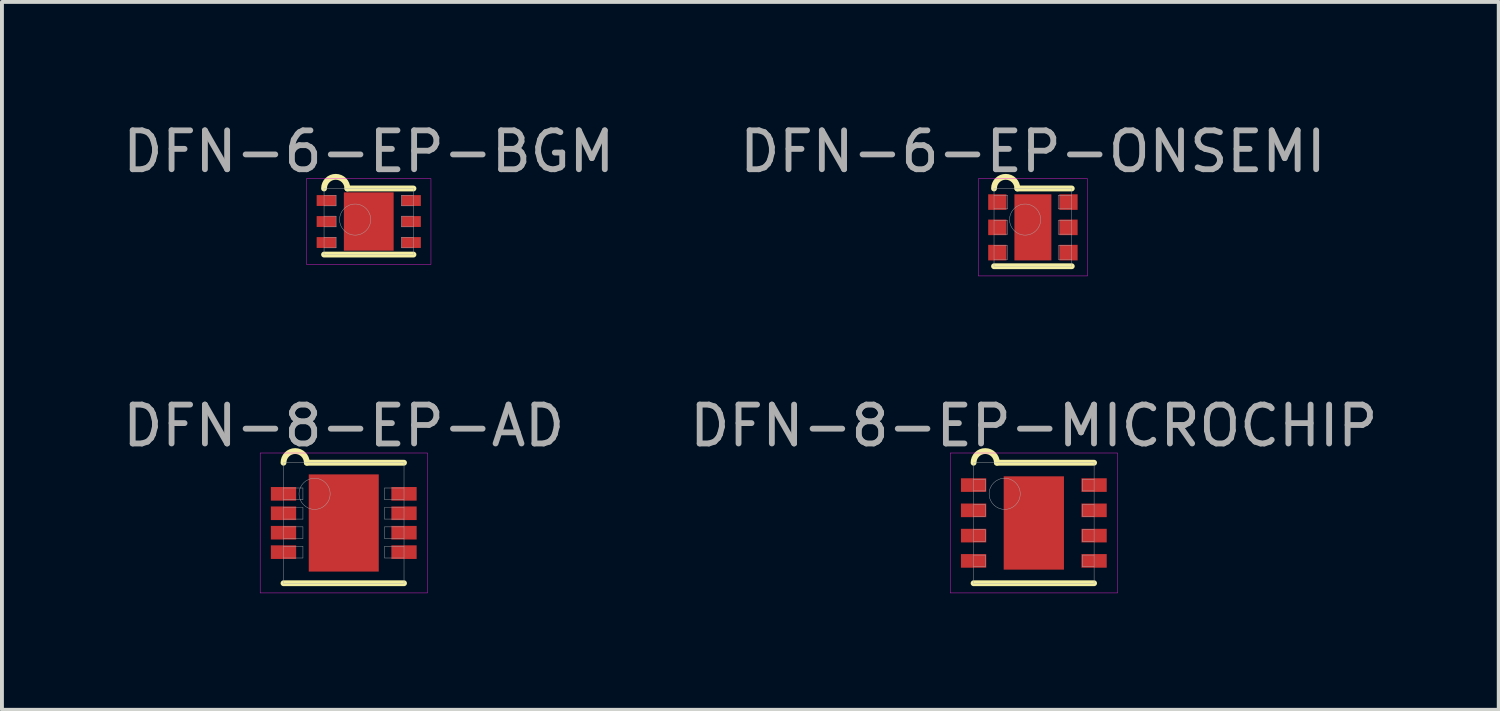
<source format=kicad_pcb>
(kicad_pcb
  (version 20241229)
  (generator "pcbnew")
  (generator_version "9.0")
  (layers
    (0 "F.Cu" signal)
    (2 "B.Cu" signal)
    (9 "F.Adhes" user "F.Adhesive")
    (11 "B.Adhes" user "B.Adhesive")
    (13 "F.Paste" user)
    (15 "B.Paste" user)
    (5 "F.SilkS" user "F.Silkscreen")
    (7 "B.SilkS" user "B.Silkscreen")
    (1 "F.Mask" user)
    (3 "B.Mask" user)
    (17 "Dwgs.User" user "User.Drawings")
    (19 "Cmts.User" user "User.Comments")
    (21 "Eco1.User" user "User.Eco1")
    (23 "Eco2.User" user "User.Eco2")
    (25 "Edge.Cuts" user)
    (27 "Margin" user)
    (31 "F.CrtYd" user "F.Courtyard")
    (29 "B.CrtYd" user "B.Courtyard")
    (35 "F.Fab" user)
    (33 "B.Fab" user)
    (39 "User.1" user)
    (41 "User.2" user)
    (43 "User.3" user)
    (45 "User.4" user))
  (footprint "DFN-8-EP-AD"
    (layer "F.Cu")
    (at 5.792 10.402)
    (property "Reference" "DFN-8-EP-AD" (at 0 -2.5 0) (layer "F.Fab") (effects (font (size 1 1) (thickness 0.15))))
    (attr through_hole)
    (fp_line (start -1.55 1.55) (end 1.55 1.55) (stroke (width 0.15) (type solid)) (layer "F.SilkS"))
    (fp_line (start -0.95 -1.55) (end 1.55 -1.55) (stroke (width 0.15) (type solid)) (layer "F.SilkS"))
    (fp_arc (start -1.55 -1.55) (mid -1.25 -1.85) (end -0.95 -1.55) (stroke (width 0.15) (type solid)) (layer "F.SilkS"))
    (fp_line (start -2.15 -1.8) (end 2.15 -1.8) (stroke (width 0.01) (type solid)) (layer "F.CrtYd"))
    (fp_line (start -2.15 1.8) (end -2.15 -1.8) (stroke (width 0.01) (type solid)) (layer "F.CrtYd"))
    (fp_line (start 2.15 -1.8) (end 2.15 1.8) (stroke (width 0.01) (type solid)) (layer "F.CrtYd"))
    (fp_line (start 2.15 1.8) (end -2.15 1.8) (stroke (width 0.01) (type solid)) (layer "F.CrtYd"))
    (fp_line (start -1.55 -1.55) (end 1.55 -1.55) (stroke (width 0.01) (type solid)) (layer "F.Fab"))
    (fp_line (start -1.55 -0.6) (end -1.05 -0.6) (stroke (width 0.01) (type solid)) (layer "F.Fab"))
    (fp_line (start -1.55 -0.1) (end -1.05 -0.1) (stroke (width 0.01) (type solid)) (layer "F.Fab"))
    (fp_line (start -1.55 0.4) (end -1.05 0.4) (stroke (width 0.01) (type solid)) (layer "F.Fab"))
    (fp_line (start -1.55 0.9) (end -1.05 0.9) (stroke (width 0.01) (type solid)) (layer "F.Fab"))
    (fp_line (start -1.55 1.55) (end -1.55 -1.55) (stroke (width 0.01) (type solid)) (layer "F.Fab"))
    (fp_line (start -1.05 -0.9) (end -1.55 -0.9) (stroke (width 0.01) (type solid)) (layer "F.Fab"))
    (fp_line (start -1.05 -0.6) (end -1.05 -0.9) (stroke (width 0.01) (type solid)) (layer "F.Fab"))
    (fp_line (start -1.05 -0.4) (end -1.55 -0.4) (stroke (width 0.01) (type solid)) (layer "F.Fab"))
    (fp_line (start -1.05 -0.1) (end -1.05 -0.4) (stroke (width 0.01) (type solid)) (layer "F.Fab"))
    (fp_line (start -1.05 0.1) (end -1.55 0.1) (stroke (width 0.01) (type solid)) (layer "F.Fab"))
    (fp_line (start -1.05 0.4) (end -1.05 0.1) (stroke (width 0.01) (type solid)) (layer "F.Fab"))
    (fp_line (start -1.05 0.6) (end -1.55 0.6) (stroke (width 0.01) (type solid)) (layer "F.Fab"))
    (fp_line (start -1.05 0.9) (end -1.05 0.6) (stroke (width 0.01) (type solid)) (layer "F.Fab"))
    (fp_line (start 1.05 -0.9) (end 1.05 -0.6) (stroke (width 0.01) (type solid)) (layer "F.Fab"))
    (fp_line (start 1.05 -0.6) (end 1.55 -0.6) (stroke (width 0.01) (type solid)) (layer "F.Fab"))
    (fp_line (start 1.05 -0.4) (end 1.05 -0.1) (stroke (width 0.01) (type solid)) (layer "F.Fab"))
    (fp_line (start 1.05 -0.1) (end 1.55 -0.1) (stroke (width 0.01) (type solid)) (layer "F.Fab"))
    (fp_line (start 1.05 0.1) (end 1.05 0.4) (stroke (width 0.01) (type solid)) (layer "F.Fab"))
    (fp_line (start 1.05 0.4) (end 1.55 0.4) (stroke (width 0.01) (type solid)) (layer "F.Fab"))
    (fp_line (start 1.05 0.6) (end 1.05 0.9) (stroke (width 0.01) (type solid)) (layer "F.Fab"))
    (fp_line (start 1.05 0.9) (end 1.55 0.9) (stroke (width 0.01) (type solid)) (layer "F.Fab"))
    (fp_line (start 1.55 -1.55) (end 1.55 1.55) (stroke (width 0.01) (type solid)) (layer "F.Fab"))
    (fp_line (start 1.55 -0.9) (end 1.05 -0.9) (stroke (width 0.01) (type solid)) (layer "F.Fab"))
    (fp_line (start 1.55 -0.4) (end 1.05 -0.4) (stroke (width 0.01) (type solid)) (layer "F.Fab"))
    (fp_line (start 1.55 0.1) (end 1.05 0.1) (stroke (width 0.01) (type solid)) (layer "F.Fab"))
    (fp_line (start 1.55 0.6) (end 1.05 0.6) (stroke (width 0.01) (type solid)) (layer "F.Fab"))
    (fp_line (start 1.55 1.55) (end -1.55 1.55) (stroke (width 0.01) (type solid)) (layer "F.Fab"))
    (fp_circle (center -0.75 -0.75) (end -0.75 -0.35) (stroke (width 0.01) (type solid)) (fill no) (layer "F.Fab"))
    (pad "" smd rect (at -0.4 -0.6) (size 0.8 0.8) (layers "F.Mask"))
    (pad "" smd rect (at -0.4 -0.6) (size 0.8 0.8) (layers "F.Paste"))
    (pad "" smd rect (at -0.4 0.6) (size 0.8 0.8) (layers "F.Mask"))
    (pad "" smd rect (at -0.4 0.6) (size 0.8 0.8) (layers "F.Paste"))
    (pad "" smd rect (at 0.4 -0.6) (size 0.8 0.8) (layers "F.Mask"))
    (pad "" smd rect (at 0.4 -0.6) (size 0.8 0.8) (layers "F.Paste"))
    (pad "" smd rect (at 0.4 0.6) (size 0.8 0.8) (layers "F.Mask"))
    (pad "" smd rect (at 0.4 0.6) (size 0.8 0.8) (layers "F.Paste"))
    (pad "1" smd rect (at -1.55 -0.75) (size 0.65 0.35) (layers "F.Cu" "F.Mask" "F.Paste"))
    (pad "2" smd rect (at -1.55 -0.25) (size 0.65 0.35) (layers "F.Cu" "F.Mask" "F.Paste"))
    (pad "3" smd rect (at -1.55 0.25) (size 0.65 0.35) (layers "F.Cu" "F.Mask" "F.Paste"))
    (pad "4" smd rect (at -1.55 0.75) (size 0.65 0.35) (layers "F.Cu" "F.Mask" "F.Paste"))
    (pad "5" smd rect (at 1.55 0.75) (size 0.65 0.35) (layers "F.Cu" "F.Mask" "F.Paste"))
    (pad "6" smd rect (at 1.55 0.25) (size 0.65 0.35) (layers "F.Cu" "F.Mask" "F.Paste"))
    (pad "7" smd rect (at 1.55 -0.25) (size 0.65 0.35) (layers "F.Cu" "F.Mask" "F.Paste"))
    (pad "8" smd rect (at 1.55 -0.75) (size 0.65 0.35) (layers "F.Cu" "F.Mask" "F.Paste"))
    (pad "EP" smd rect (at 0 0) (size 1.8 2.5) (layers "F.Cu")))
  (footprint "DFN-8-EP-MICROCHIP"
    (layer "F.Cu")
    (at 23.542 10.402)
    (property "Reference" "DFN-8-EP-MICROCHIP" (at 0 -2.5 0) (layer "F.Fab") (effects (font (size 1 1) (thickness 0.15))))
    (attr through_hole)
    (fp_line (start -1.55 1.55) (end 1.55 1.55) (stroke (width 0.15) (type solid)) (layer "F.SilkS"))
    (fp_line (start -0.95 -1.55) (end 1.55 -1.55) (stroke (width 0.15) (type solid)) (layer "F.SilkS"))
    (fp_arc (start -1.55 -1.55) (mid -1.25 -1.85) (end -0.95 -1.55) (stroke (width 0.15) (type solid)) (layer "F.SilkS"))
    (fp_line (start -2.15 -1.8) (end 2.15 -1.8) (stroke (width 0.01) (type solid)) (layer "F.CrtYd"))
    (fp_line (start -2.15 1.8) (end -2.15 -1.8) (stroke (width 0.01) (type solid)) (layer "F.CrtYd"))
    (fp_line (start 2.15 -1.8) (end 2.15 1.8) (stroke (width 0.01) (type solid)) (layer "F.CrtYd"))
    (fp_line (start 2.15 1.8) (end -2.15 1.8) (stroke (width 0.01) (type solid)) (layer "F.CrtYd"))
    (fp_line (start -1.55 -1.55) (end 1.55 -1.55) (stroke (width 0.01) (type solid)) (layer "F.Fab"))
    (fp_line (start -1.55 -0.825) (end -1.25 -0.825) (stroke (width 0.01) (type solid)) (layer "F.Fab"))
    (fp_line (start -1.55 -0.175) (end -1.25 -0.175) (stroke (width 0.01) (type solid)) (layer "F.Fab"))
    (fp_line (start -1.55 0.475) (end -1.25 0.475) (stroke (width 0.01) (type solid)) (layer "F.Fab"))
    (fp_line (start -1.55 1.125) (end -1.25 1.125) (stroke (width 0.01) (type solid)) (layer "F.Fab"))
    (fp_line (start -1.55 1.55) (end -1.55 -1.55) (stroke (width 0.01) (type solid)) (layer "F.Fab"))
    (fp_line (start -1.25 -1.125) (end -1.55 -1.125) (stroke (width 0.01) (type solid)) (layer "F.Fab"))
    (fp_line (start -1.25 -0.825) (end -1.25 -1.125) (stroke (width 0.01) (type solid)) (layer "F.Fab"))
    (fp_line (start -1.25 -0.475) (end -1.55 -0.475) (stroke (width 0.01) (type solid)) (layer "F.Fab"))
    (fp_line (start -1.25 -0.175) (end -1.25 -0.475) (stroke (width 0.01) (type solid)) (layer "F.Fab"))
    (fp_line (start -1.25 0.175) (end -1.55 0.175) (stroke (width 0.01) (type solid)) (layer "F.Fab"))
    (fp_line (start -1.25 0.475) (end -1.25 0.175) (stroke (width 0.01) (type solid)) (layer "F.Fab"))
    (fp_line (start -1.25 0.825) (end -1.55 0.825) (stroke (width 0.01) (type solid)) (layer "F.Fab"))
    (fp_line (start -1.25 1.125) (end -1.25 0.825) (stroke (width 0.01) (type solid)) (layer "F.Fab"))
    (fp_line (start 1.25 -1.125) (end 1.25 -0.825) (stroke (width 0.01) (type solid)) (layer "F.Fab"))
    (fp_line (start 1.25 -0.825) (end 1.55 -0.825) (stroke (width 0.01) (type solid)) (layer "F.Fab"))
    (fp_line (start 1.25 -0.475) (end 1.25 -0.175) (stroke (width 0.01) (type solid)) (layer "F.Fab"))
    (fp_line (start 1.25 -0.175) (end 1.55 -0.175) (stroke (width 0.01) (type solid)) (layer "F.Fab"))
    (fp_line (start 1.25 0.175) (end 1.25 0.475) (stroke (width 0.01) (type solid)) (layer "F.Fab"))
    (fp_line (start 1.25 0.475) (end 1.55 0.475) (stroke (width 0.01) (type solid)) (layer "F.Fab"))
    (fp_line (start 1.25 0.825) (end 1.25 1.125) (stroke (width 0.01) (type solid)) (layer "F.Fab"))
    (fp_line (start 1.25 1.125) (end 1.55 1.125) (stroke (width 0.01) (type solid)) (layer "F.Fab"))
    (fp_line (start 1.55 -1.55) (end 1.55 1.55) (stroke (width 0.01) (type solid)) (layer "F.Fab"))
    (fp_line (start 1.55 -1.125) (end 1.25 -1.125) (stroke (width 0.01) (type solid)) (layer "F.Fab"))
    (fp_line (start 1.55 -0.475) (end 1.25 -0.475) (stroke (width 0.01) (type solid)) (layer "F.Fab"))
    (fp_line (start 1.55 0.175) (end 1.25 0.175) (stroke (width 0.01) (type solid)) (layer "F.Fab"))
    (fp_line (start 1.55 0.825) (end 1.25 0.825) (stroke (width 0.01) (type solid)) (layer "F.Fab"))
    (fp_line (start 1.55 1.55) (end -1.55 1.55) (stroke (width 0.01) (type solid)) (layer "F.Fab"))
    (fp_circle (center -0.75 -0.75) (end -0.75 -0.35) (stroke (width 0.01) (type solid)) (fill no) (layer "F.Fab"))
    (pad "" smd rect (at 0 -0.6) (size 0.8 0.8) (layers "F.Mask"))
    (pad "" smd rect (at 0 -0.6) (size 0.8 0.8) (layers "F.Paste"))
    (pad "" smd rect (at 0 0.6) (size 0.8 0.8) (layers "F.Mask"))
    (pad "" smd rect (at 0 0.6) (size 0.8 0.8) (layers "F.Paste"))
    (pad "1" smd rect (at -1.55 -0.975) (size 0.65 0.35) (layers "F.Cu" "F.Mask" "F.Paste"))
    (pad "2" smd rect (at -1.55 -0.325) (size 0.65 0.35) (layers "F.Cu" "F.Mask" "F.Paste"))
    (pad "3" smd rect (at -1.55 0.325) (size 0.65 0.35) (layers "F.Cu" "F.Mask" "F.Paste"))
    (pad "4" smd rect (at -1.55 0.975) (size 0.65 0.35) (layers "F.Cu" "F.Mask" "F.Paste"))
    (pad "5" smd rect (at 1.55 0.975) (size 0.65 0.35) (layers "F.Cu" "F.Mask" "F.Paste"))
    (pad "6" smd rect (at 1.55 0.325) (size 0.65 0.35) (layers "F.Cu" "F.Mask" "F.Paste"))
    (pad "7" smd rect (at 1.55 -0.325) (size 0.65 0.35) (layers "F.Cu" "F.Mask" "F.Paste"))
    (pad "8" smd rect (at 1.55 -0.975) (size 0.65 0.35) (layers "F.Cu" "F.Mask" "F.Paste"))
    (pad "EP" smd rect (at 0 0) (size 1.55 2.4) (layers "F.Cu")))
  (footprint "DFN-6-EP-BGM"
    (layer "F.Cu")
    (at 6.435 2.648)
    (property "Reference" "DFN-6-EP-BGM" (at 0 -1.8 0) (layer "F.Fab") (effects (font (size 1 1) (thickness 0.15))))
    (attr through_hole)
    (fp_line (start -1.15 0.85) (end 1.15 0.85) (stroke (width 0.15) (type solid)) (layer "F.SilkS"))
    (fp_line (start -0.55 -0.85) (end 1.15 -0.85) (stroke (width 0.15) (type solid)) (layer "F.SilkS"))
    (fp_arc (start -1.15 -0.85) (mid -0.85 -1.15) (end -0.55 -0.85) (stroke (width 0.15) (type solid)) (layer "F.SilkS"))
    (fp_line (start -1.6 -1.1) (end 1.6 -1.1) (stroke (width 0.01) (type solid)) (layer "F.CrtYd"))
    (fp_line (start -1.6 1.1) (end -1.6 -1.1) (stroke (width 0.01) (type solid)) (layer "F.CrtYd"))
    (fp_line (start 1.6 -1.1) (end 1.6 1.1) (stroke (width 0.01) (type solid)) (layer "F.CrtYd"))
    (fp_line (start 1.6 1.1) (end -1.6 1.1) (stroke (width 0.01) (type solid)) (layer "F.CrtYd"))
    (fp_line (start -1.15 -0.85) (end 1.15 -0.85) (stroke (width 0.01) (type solid)) (layer "F.Fab"))
    (fp_line (start -1.15 -0.403) (end -0.84 -0.403) (stroke (width 0.01) (type solid)) (layer "F.Fab"))
    (fp_line (start -1.15 0.138) (end -0.84 0.138) (stroke (width 0.01) (type solid)) (layer "F.Fab"))
    (fp_line (start -1.15 0.677) (end -0.84 0.677) (stroke (width 0.01) (type solid)) (layer "F.Fab"))
    (fp_line (start -1.15 0.85) (end -1.15 -0.85) (stroke (width 0.01) (type solid)) (layer "F.Fab"))
    (fp_line (start -0.84 -0.677) (end -1.15 -0.677) (stroke (width 0.01) (type solid)) (layer "F.Fab"))
    (fp_line (start -0.84 -0.403) (end -0.84 -0.677) (stroke (width 0.01) (type solid)) (layer "F.Fab"))
    (fp_line (start -0.84 -0.138) (end -1.15 -0.138) (stroke (width 0.01) (type solid)) (layer "F.Fab"))
    (fp_line (start -0.84 0.138) (end -0.84 -0.138) (stroke (width 0.01) (type solid)) (layer "F.Fab"))
    (fp_line (start -0.84 0.403) (end -1.15 0.403) (stroke (width 0.01) (type solid)) (layer "F.Fab"))
    (fp_line (start -0.84 0.677) (end -0.84 0.403) (stroke (width 0.01) (type solid)) (layer "F.Fab"))
    (fp_line (start 0.84 -0.677) (end 0.84 -0.403) (stroke (width 0.01) (type solid)) (layer "F.Fab"))
    (fp_line (start 0.84 -0.403) (end 1.15 -0.403) (stroke (width 0.01) (type solid)) (layer "F.Fab"))
    (fp_line (start 0.84 -0.138) (end 0.84 0.138) (stroke (width 0.01) (type solid)) (layer "F.Fab"))
    (fp_line (start 0.84 0.138) (end 1.15 0.138) (stroke (width 0.01) (type solid)) (layer "F.Fab"))
    (fp_line (start 0.84 0.403) (end 0.84 0.677) (stroke (width 0.01) (type solid)) (layer "F.Fab"))
    (fp_line (start 0.84 0.677) (end 1.15 0.677) (stroke (width 0.01) (type solid)) (layer "F.Fab"))
    (fp_line (start 1.15 -0.85) (end 1.15 0.85) (stroke (width 0.01) (type solid)) (layer "F.Fab"))
    (fp_line (start 1.15 -0.677) (end 0.84 -0.677) (stroke (width 0.01) (type solid)) (layer "F.Fab"))
    (fp_line (start 1.15 -0.138) (end 0.84 -0.138) (stroke (width 0.01) (type solid)) (layer "F.Fab"))
    (fp_line (start 1.15 0.403) (end 0.84 0.403) (stroke (width 0.01) (type solid)) (layer "F.Fab"))
    (fp_line (start 1.15 0.85) (end -1.15 0.85) (stroke (width 0.01) (type solid)) (layer "F.Fab"))
    (fp_circle (center -0.35 -0.05) (end -0.35 0.35) (stroke (width 0.01) (type solid)) (fill no) (layer "F.Fab"))
    (pad "" smd rect (at -0.35 -0.35) (size 0.5 0.5) (layers "F.Paste"))
    (pad "" smd rect (at -0.35 0.35) (size 0.5 0.5) (layers "F.Paste"))
    (pad "" smd rect (at 0.35 -0.35) (size 0.5 0.5) (layers "F.Paste"))
    (pad "" smd rect (at 0.35 0.35) (size 0.5 0.5) (layers "F.Paste"))
    (pad "1" smd rect (at -1.09 -0.54) (size 0.5 0.28) (layers "F.Cu" "F.Mask" "F.Paste"))
    (pad "2" smd rect (at -1.09 0) (size 0.5 0.28) (layers "F.Cu" "F.Mask" "F.Paste"))
    (pad "3" smd rect (at -1.09 0.54) (size 0.5 0.28) (layers "F.Cu" "F.Mask" "F.Paste"))
    (pad "4" smd rect (at 1.09 0.54) (size 0.5 0.28) (layers "F.Cu" "F.Mask" "F.Paste"))
    (pad "5" smd rect (at 1.09 0) (size 0.5 0.28) (layers "F.Cu" "F.Mask" "F.Paste"))
    (pad "6" smd rect (at 1.09 -0.54) (size 0.5 0.28) (layers "F.Cu" "F.Mask" "F.Paste"))
    (pad "EP" smd rect (at 0 0) (size 1.28 1.5) (layers "F.Cu" "F.Mask")))
  (footprint "DFN-6-EP-ONSEMI"
    (layer "F.Cu")
    (at 23.518 2.798)
    (property "Reference" "DFN-6-EP-ONSEMI" (at 0 -1.95 0) (layer "F.Fab") (effects (font (size 1 1) (thickness 0.15))))
    (attr through_hole)
    (fp_line (start -1 1) (end 1 1) (stroke (width 0.15) (type solid)) (layer "F.SilkS"))
    (fp_line (start -0.4 -1) (end 1 -1) (stroke (width 0.15) (type solid)) (layer "F.SilkS"))
    (fp_arc (start -1 -1) (mid -0.7 -1.3) (end -0.4 -1) (stroke (width 0.15) (type solid)) (layer "F.SilkS"))
    (fp_line (start -1.4 -1.25) (end 1.4 -1.25) (stroke (width 0.01) (type solid)) (layer "F.CrtYd"))
    (fp_line (start -1.4 1.25) (end -1.4 -1.25) (stroke (width 0.01) (type solid)) (layer "F.CrtYd"))
    (fp_line (start 1.4 -1.25) (end 1.4 1.25) (stroke (width 0.01) (type solid)) (layer "F.CrtYd"))
    (fp_line (start 1.4 1.25) (end -1.4 1.25) (stroke (width 0.01) (type solid)) (layer "F.CrtYd"))
    (fp_line (start -1 -1) (end 1 -1) (stroke (width 0.01) (type solid)) (layer "F.Fab"))
    (fp_line (start -1 -0.475) (end -0.65 -0.475) (stroke (width 0.01) (type solid)) (layer "F.Fab"))
    (fp_line (start -1 0.175) (end -0.65 0.175) (stroke (width 0.01) (type solid)) (layer "F.Fab"))
    (fp_line (start -1 0.825) (end -0.65 0.825) (stroke (width 0.01) (type solid)) (layer "F.Fab"))
    (fp_line (start -1 1) (end -1 -1) (stroke (width 0.01) (type solid)) (layer "F.Fab"))
    (fp_line (start -0.65 -0.825) (end -1 -0.825) (stroke (width 0.01) (type solid)) (layer "F.Fab"))
    (fp_line (start -0.65 -0.475) (end -0.65 -0.825) (stroke (width 0.01) (type solid)) (layer "F.Fab"))
    (fp_line (start -0.65 -0.175) (end -1 -0.175) (stroke (width 0.01) (type solid)) (layer "F.Fab"))
    (fp_line (start -0.65 0.175) (end -0.65 -0.175) (stroke (width 0.01) (type solid)) (layer "F.Fab"))
    (fp_line (start -0.65 0.475) (end -1 0.475) (stroke (width 0.01) (type solid)) (layer "F.Fab"))
    (fp_line (start -0.65 0.825) (end -0.65 0.475) (stroke (width 0.01) (type solid)) (layer "F.Fab"))
    (fp_line (start 0.65 -0.825) (end 0.65 -0.475) (stroke (width 0.01) (type solid)) (layer "F.Fab"))
    (fp_line (start 0.65 -0.475) (end 1 -0.475) (stroke (width 0.01) (type solid)) (layer "F.Fab"))
    (fp_line (start 0.65 -0.175) (end 0.65 0.175) (stroke (width 0.01) (type solid)) (layer "F.Fab"))
    (fp_line (start 0.65 0.175) (end 1 0.175) (stroke (width 0.01) (type solid)) (layer "F.Fab"))
    (fp_line (start 0.65 0.475) (end 0.65 0.825) (stroke (width 0.01) (type solid)) (layer "F.Fab"))
    (fp_line (start 0.65 0.825) (end 1 0.825) (stroke (width 0.01) (type solid)) (layer "F.Fab"))
    (fp_line (start 1 -1) (end 1 1) (stroke (width 0.01) (type solid)) (layer "F.Fab"))
    (fp_line (start 1 -0.825) (end 0.65 -0.825) (stroke (width 0.01) (type solid)) (layer "F.Fab"))
    (fp_line (start 1 -0.175) (end 0.65 -0.175) (stroke (width 0.01) (type solid)) (layer "F.Fab"))
    (fp_line (start 1 0.475) (end 0.65 0.475) (stroke (width 0.01) (type solid)) (layer "F.Fab"))
    (fp_line (start 1 1) (end -1 1) (stroke (width 0.01) (type solid)) (layer "F.Fab"))
    (fp_circle (center -0.2 -0.2) (end -0.2 0.2) (stroke (width 0.01) (type solid)) (fill no) (layer "F.Fab"))
    (pad "" smd rect (at 0 -0.35) (size 0.5 0.5) (layers "F.Paste"))
    (pad "" smd rect (at 0 0.35) (size 0.5 0.5) (layers "F.Paste"))
    (pad "1" smd rect (at -0.915 -0.65) (size 0.47 0.4) (layers "F.Cu" "F.Mask" "F.Paste"))
    (pad "2" smd rect (at -0.915 0) (size 0.47 0.4) (layers "F.Cu" "F.Mask" "F.Paste"))
    (pad "3" smd rect (at -0.915 0.65) (size 0.47 0.4) (layers "F.Cu" "F.Mask" "F.Paste"))
    (pad "4" smd rect (at 0.915 0.65) (size 0.47 0.4) (layers "F.Cu" "F.Mask" "F.Paste"))
    (pad "5" smd rect (at 0.915 0) (size 0.47 0.4) (layers "F.Cu" "F.Mask" "F.Paste"))
    (pad "6" smd rect (at 0.915 -0.65) (size 0.47 0.4) (layers "F.Cu" "F.Mask" "F.Paste"))
    (pad "EP" smd rect (at 0 0) (size 0.95 1.7) (layers "F.Cu" "F.Mask")))
  (gr_rect
    (start -3 -3)
    (end 35.5 15.207)
    (stroke (width 0.1) (type default))
    (fill no)
    (layer "Edge.Cuts")))
</source>
